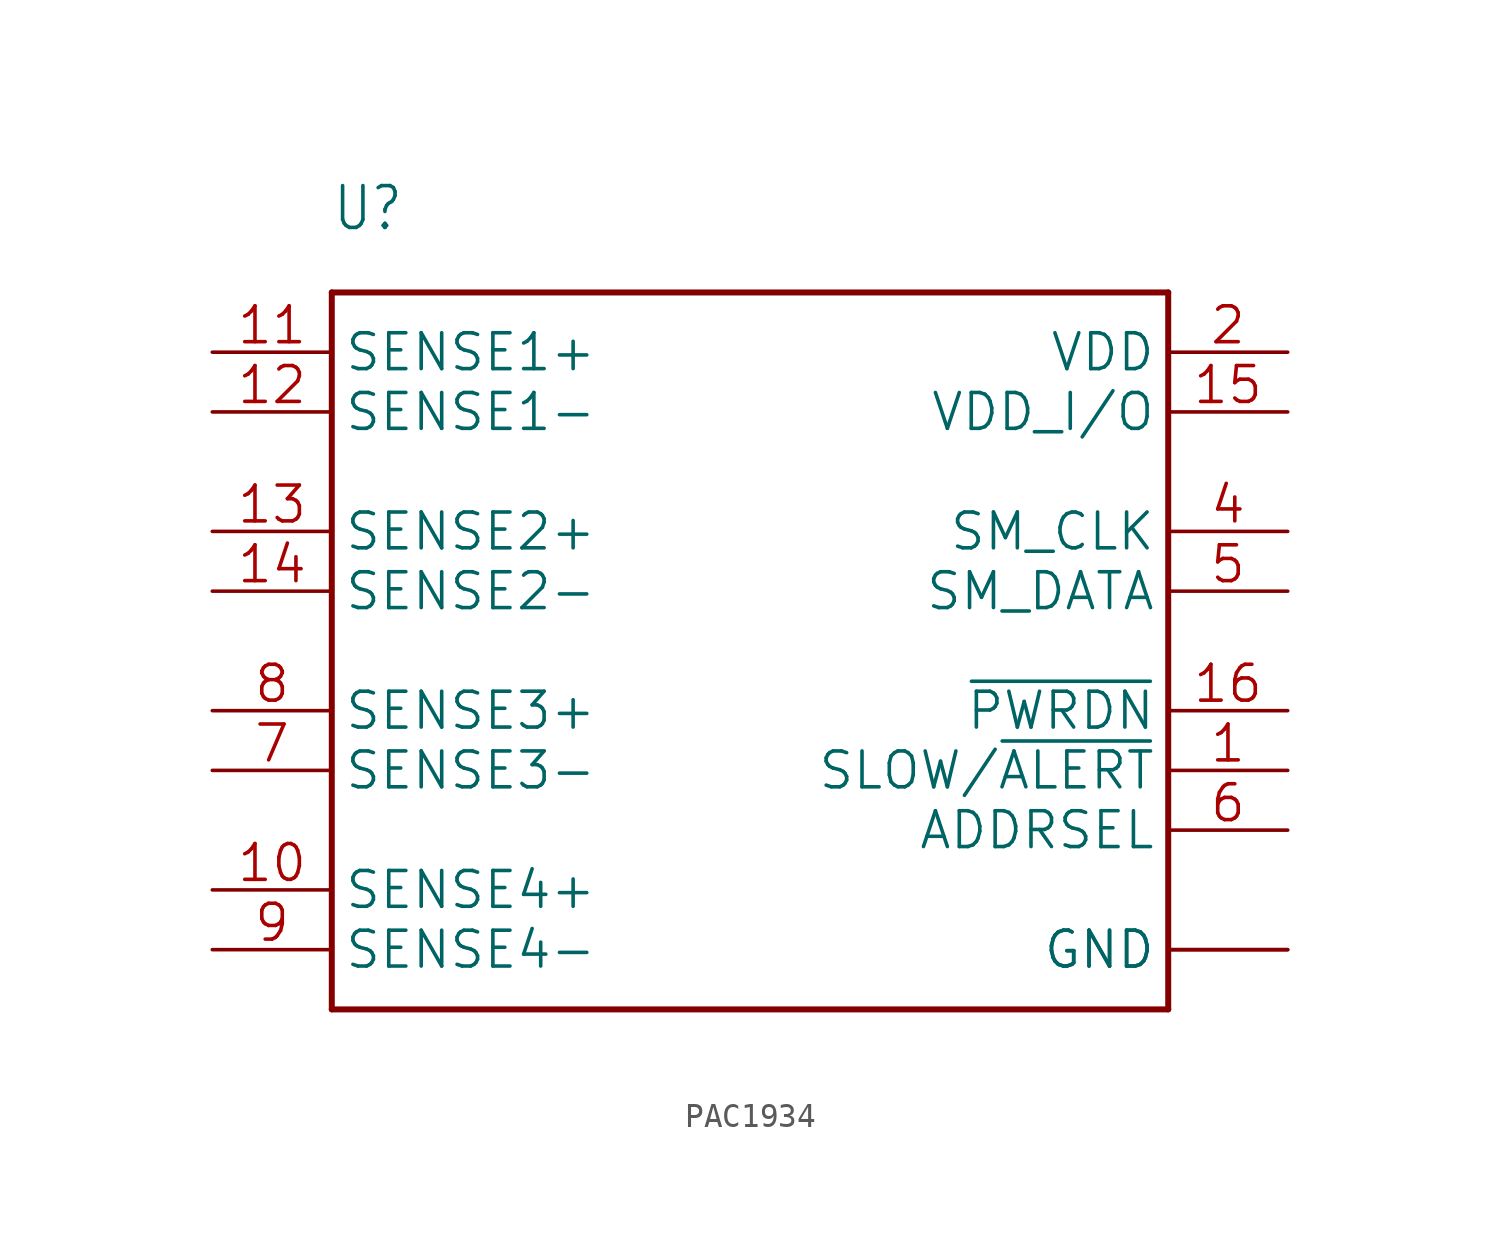
<source format=kicad_sym>
(kicad_symbol_lib
  (version 20241209)
  (generator "kicad_symbol_editor")
  (generator_version "9.0")
  (symbol "PAC1934"
    (property "Reference" "U"
      (at -17.78 17.78 0)
      (effects (font (size 1.778 1.511)) (justify left bottom)))
    (property "Value" ""
      (at -5.08 17.78 0)
      (effects (font (size 1.778 1.511)) (justify left bottom)))
    (property "ki_locked" ""
      (at 0 0 0)
      (effects (font (size 1.27 1.27))))
    (symbol "PAC1934_1_0"
      (polyline (pts (xy -17.78 15.24) (xy -17.78 -15.24)) (stroke (width 0.254) (type solid)) (fill (type none)))
      (polyline (pts (xy -17.78 -15.24) (xy 17.78 -15.24)) (stroke (width 0.254) (type solid)) (fill (type none)))
      (polyline (pts (xy 17.78 15.24) (xy -17.78 15.24)) (stroke (width 0.254) (type solid)) (fill (type none)))
      (polyline (pts (xy 17.78 -15.24) (xy 17.78 15.24)) (stroke (width 0.254) (type solid)) (fill (type none)))
      (pin bidirectional line (at -22.86 12.7 0) (length 5.08) (name "SENSE1+" (effects (font (size 1.524 1.524)))) (number "11" (effects (font (size 1.524 1.524)))))
      (pin bidirectional line (at -22.86 10.16 0) (length 5.08) (name "SENSE1-" (effects (font (size 1.524 1.524)))) (number "12" (effects (font (size 1.524 1.524)))))
      (pin bidirectional line (at -22.86 5.08 0) (length 5.08) (name "SENSE2+" (effects (font (size 1.524 1.524)))) (number "13" (effects (font (size 1.524 1.524)))))
      (pin bidirectional line (at -22.86 2.54 0) (length 5.08) (name "SENSE2-" (effects (font (size 1.524 1.524)))) (number "14" (effects (font (size 1.524 1.524)))))
      (pin bidirectional line (at -22.86 -2.54 0) (length 5.08) (name "SENSE3+" (effects (font (size 1.524 1.524)))) (number "8" (effects (font (size 1.524 1.524)))))
      (pin bidirectional line (at -22.86 -5.08 0) (length 5.08) (name "SENSE3-" (effects (font (size 1.524 1.524)))) (number "7" (effects (font (size 1.524 1.524)))))
      (pin bidirectional line (at -22.86 -10.16 0) (length 5.08) (name "SENSE4+" (effects (font (size 1.524 1.524)))) (number "10" (effects (font (size 1.524 1.524)))))
      (pin bidirectional line (at -22.86 -12.7 0) (length 5.08) (name "SENSE4-" (effects (font (size 1.524 1.524)))) (number "9" (effects (font (size 1.524 1.524)))))
      (pin bidirectional line (at 22.86 12.7 180) (length 5.08) (name "VDD" (effects (font (size 1.524 1.524)))) (number "2" (effects (font (size 1.524 1.524)))))
      (pin bidirectional line (at 22.86 10.16 180) (length 5.08) (name "VDD_I/O" (effects (font (size 1.524 1.524)))) (number "15" (effects (font (size 1.524 1.524)))))
      (pin bidirectional line (at 22.86 5.08 180) (length 5.08) (name "SM_CLK" (effects (font (size 1.524 1.524)))) (number "4" (effects (font (size 1.524 1.524)))))
      (pin bidirectional line (at 22.86 2.54 180) (length 5.08) (name "SM_DATA" (effects (font (size 1.524 1.524)))) (number "5" (effects (font (size 1.524 1.524)))))
      (pin bidirectional line (at 22.86 -2.54 180) (length 5.08) (name "~{PWRDN}" (effects (font (size 1.524 1.524)))) (number "16" (effects (font (size 1.524 1.524)))))
      (pin bidirectional line (at 22.86 -5.08 180) (length 5.08) (name "SLOW/~{ALERT}" (effects (font (size 1.524 1.524)))) (number "1" (effects (font (size 1.524 1.524)))))
      (pin bidirectional line (at 22.86 -7.62 180) (length 5.08) (name "ADDRSEL" (effects (font (size 1.524 1.524)))) (number "6" (effects (font (size 1.524 1.524)))))
      (pin bidirectional line (at 22.86 -12.7 180) (length 5.08) (name "GND" (effects (font (size 1.524 1.524)))) (number "17" (effects (font (size 0 0)))))
      (pin bidirectional line (at 22.86 -12.7 180) (length 5.08) (name "GND" (effects (font (size 1.524 1.524)))) (number "3" (effects (font (size 0 0))))))))
</source>
